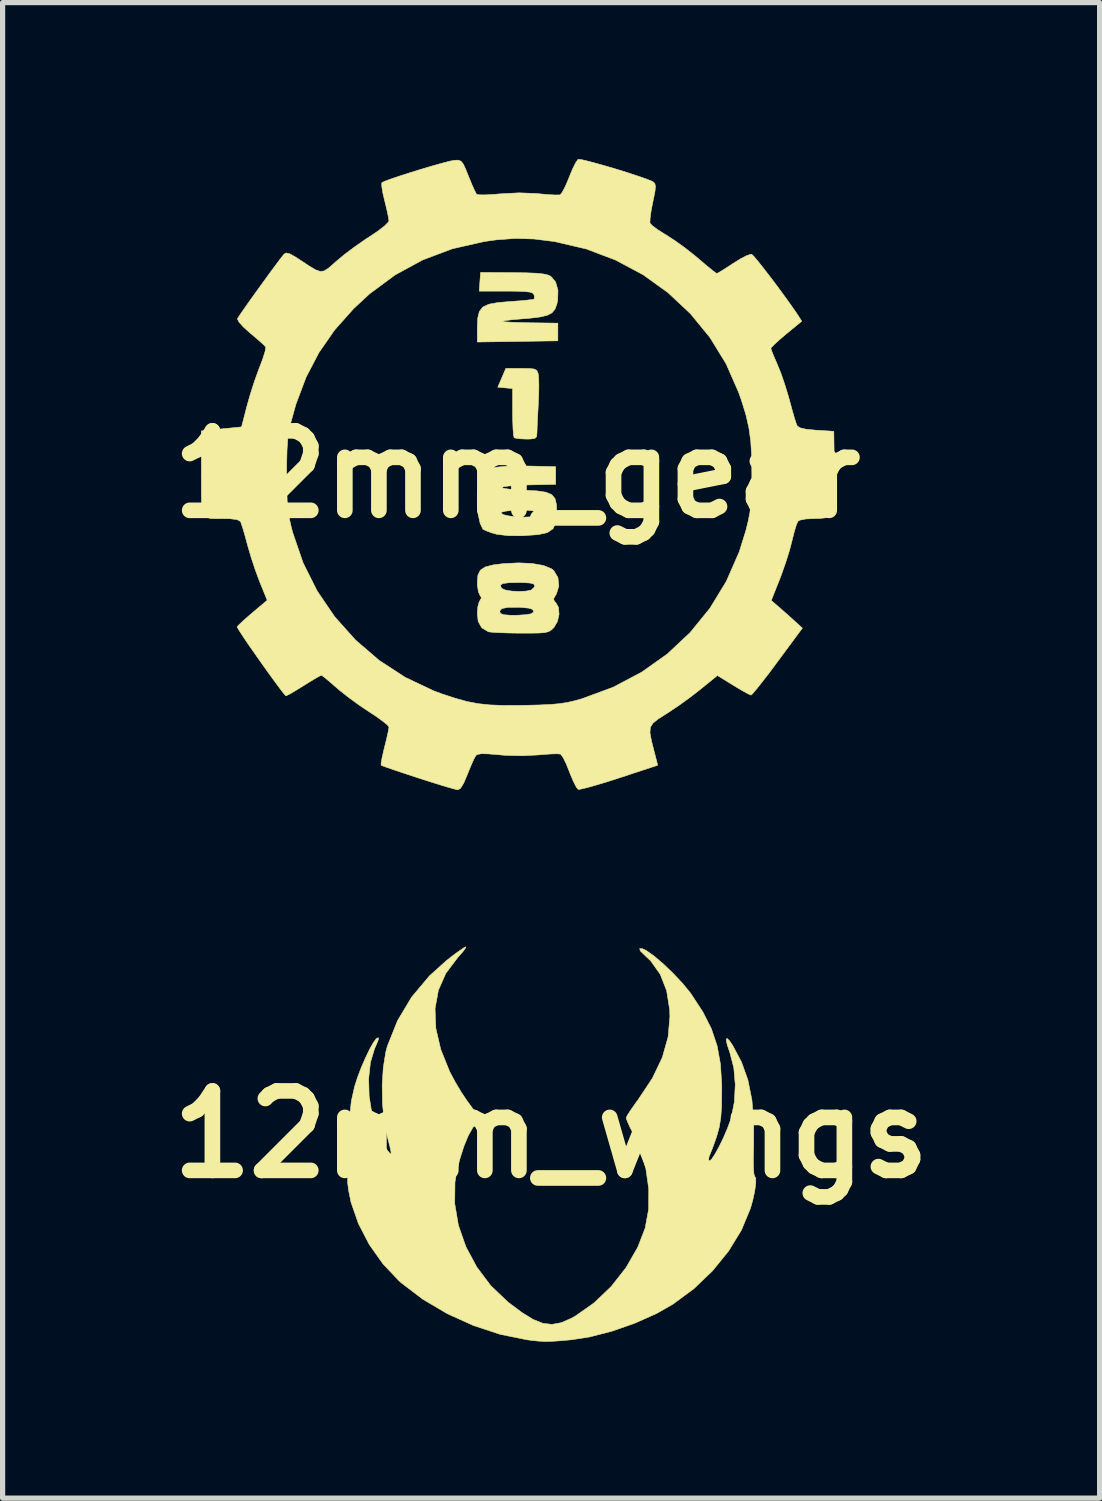
<source format=kicad_pcb>
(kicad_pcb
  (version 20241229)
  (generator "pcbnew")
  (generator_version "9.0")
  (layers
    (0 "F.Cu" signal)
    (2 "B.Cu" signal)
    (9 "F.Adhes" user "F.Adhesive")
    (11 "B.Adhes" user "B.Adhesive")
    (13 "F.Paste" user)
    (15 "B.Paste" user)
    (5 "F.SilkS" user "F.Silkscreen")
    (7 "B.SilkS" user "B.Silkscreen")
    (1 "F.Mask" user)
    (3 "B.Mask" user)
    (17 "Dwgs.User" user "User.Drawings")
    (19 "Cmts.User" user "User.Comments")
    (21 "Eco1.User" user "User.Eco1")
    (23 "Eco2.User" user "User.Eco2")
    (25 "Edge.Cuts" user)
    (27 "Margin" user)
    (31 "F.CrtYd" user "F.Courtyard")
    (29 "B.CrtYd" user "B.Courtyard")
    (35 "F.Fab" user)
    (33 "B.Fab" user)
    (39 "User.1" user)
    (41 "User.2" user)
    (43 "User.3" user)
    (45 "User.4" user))
  (footprint "12mm_gear"
    (layer "F.Cu")
    (at 6.865 6.047)
    (property "Reference" "12mm_gear" (at 0 0 0) (layer "F.SilkS") (effects (font (size 1.524 1.524) (thickness 0.3))))
    (attr through_hole)
    (fp_poly (pts (xy 0.238 -2.03) (xy 0.33 -2.02) (xy 0.377 -1.995) (xy 0.4 -1.947) (xy 0.407 -1.923) (xy 0.416 -1.836) (xy 0.419 -1.688) (xy 0.415 -1.502) (xy 0.409 -1.362) (xy 0.398 -1.162) (xy 0.389 -0.983) (xy 0.384 -0.848) (xy 0.382 -0.794) (xy 0.376 -0.724) (xy 0.343 -0.69) (xy 0.261 -0.678) (xy 0.176 -0.677) (xy 0.051 -0.683) (xy -0.036 -0.696) (xy -0.056 -0.706) (xy -0.068 -0.757) (xy -0.077 -0.875) (xy -0.083 -1.039) (xy -0.085 -1.19) (xy -0.085 -1.646) (xy -0.227 -1.659) (xy -0.369 -1.672) (xy -0.292 -1.852) (xy -0.215 -2.032) (xy 0.082 -2.032) (xy 0.238 -2.03)) (stroke (width 0.01) (type solid)) (fill yes) (layer "F.SilkS"))
    (fp_poly (pts (xy -0.076 -3.869) (xy 0.185 -3.865) (xy 0.376 -3.857) (xy 0.508 -3.843) (xy 0.597 -3.822) (xy 0.649 -3.797) (xy 0.74 -3.69) (xy 0.785 -3.531) (xy 0.78 -3.342) (xy 0.764 -3.265) (xy 0.728 -3.169) (xy 0.671 -3.099) (xy 0.579 -3.051) (xy 0.438 -3.018) (xy 0.234 -2.993) (xy 0.093 -2.982) (xy -0.075 -2.968) (xy -0.203 -2.953) (xy -0.273 -2.94) (xy -0.281 -2.934) (xy -0.234 -2.926) (xy -0.118 -2.918) (xy 0.048 -2.912) (xy 0.247 -2.907) (xy 0.261 -2.907) (xy 0.783 -2.9) (xy 0.783 -2.561) (xy -0.762 -2.538) (xy -0.762 -2.816) (xy -0.754 -2.995) (xy -0.723 -3.123) (xy -0.656 -3.209) (xy -0.541 -3.263) (xy -0.366 -3.295) (xy -0.13 -3.315) (xy 0.053 -3.328) (xy 0.203 -3.342) (xy 0.301 -3.355) (xy 0.328 -3.362) (xy 0.334 -3.414) (xy 0.324 -3.448) (xy 0.299 -3.477) (xy 0.242 -3.496) (xy 0.139 -3.507) (xy -0.024 -3.513) (xy -0.213 -3.514) (xy -0.725 -3.514) (xy -0.712 -3.694) (xy -0.699 -3.873) (xy -0.076 -3.869)) (stroke (width 0.01) (type solid)) (fill yes) (layer "F.SilkS"))
    (fp_poly (pts (xy 0.221 -0.16) (xy 0.741 -0.148) (xy 0.741 0.191) (xy 0.222 0.202) (xy 0.024 0.21) (xy -0.139 0.221) (xy -0.251 0.235) (xy -0.296 0.25) (xy -0.296 0.251) (xy -0.257 0.267) (xy -0.15 0.283) (xy 0.006 0.296) (xy 0.145 0.303) (xy 0.386 0.317) (xy 0.555 0.342) (xy 0.665 0.388) (xy 0.728 0.464) (xy 0.756 0.577) (xy 0.762 0.726) (xy 0.746 0.917) (xy 0.69 1.043) (xy 0.581 1.117) (xy 0.408 1.155) (xy 0.396 1.156) (xy 0.099 1.177) (xy -0.167 1.175) (xy -0.382 1.15) (xy -0.479 1.124) (xy -0.584 1.085) (xy -0.647 1.056) (xy -0.654 1.052) (xy -0.707 0.941) (xy -0.744 0.774) (xy -0.747 0.741) (xy -0.308 0.741) (xy -0.262 0.773) (xy -0.157 0.797) (xy -0.018 0.814) (xy 0.131 0.82) (xy 0.262 0.815) (xy 0.353 0.797) (xy 0.372 0.785) (xy 0.37 0.739) (xy 0.353 0.717) (xy 0.294 0.697) (xy 0.184 0.687) (xy 0.046 0.685) (xy -0.095 0.691) (xy -0.216 0.705) (xy -0.293 0.724) (xy -0.308 0.741) (xy -0.747 0.741) (xy -0.763 0.575) (xy -0.763 0.37) (xy -0.742 0.185) (xy -0.7 0.046) (xy -0.698 0.042) (xy -0.637 -0.04) (xy -0.541 -0.098) (xy -0.401 -0.137) (xy -0.204 -0.157) (xy 0.06 -0.162) (xy 0.221 -0.16)) (stroke (width 0.01) (type solid)) (fill yes) (layer "F.SilkS"))
    (fp_poly (pts (xy 0.291 1.709) (xy 0.506 1.747) (xy 0.659 1.809) (xy 0.704 1.844) (xy 0.784 1.978) (xy 0.802 2.139) (xy 0.756 2.292) (xy 0.742 2.314) (xy 0.701 2.387) (xy 0.717 2.434) (xy 0.742 2.456) (xy 0.795 2.55) (xy 0.806 2.682) (xy 0.775 2.822) (xy 0.706 2.938) (xy 0.7 2.944) (xy 0.654 2.987) (xy 0.603 3.016) (xy 0.532 3.034) (xy 0.425 3.042) (xy 0.265 3.045) (xy 0.055 3.045) (xy -0.155 3.042) (xy -0.338 3.036) (xy -0.475 3.028) (xy -0.547 3.019) (xy -0.55 3.018) (xy -0.678 2.941) (xy -0.745 2.819) (xy -0.762 2.669) (xy -0.758 2.622) (xy -0.333 2.622) (xy -0.319 2.665) (xy -0.258 2.691) (xy -0.123 2.702) (xy 0.014 2.701) (xy 0.179 2.69) (xy 0.274 2.672) (xy 0.314 2.643) (xy 0.318 2.625) (xy 0.297 2.589) (xy 0.228 2.566) (xy 0.093 2.552) (xy 0.025 2.549) (xy -0.174 2.55) (xy -0.293 2.574) (xy -0.333 2.622) (xy -0.758 2.622) (xy -0.752 2.54) (xy -0.726 2.444) (xy -0.711 2.421) (xy -0.682 2.364) (xy -0.711 2.32) (xy -0.741 2.25) (xy -0.76 2.13) (xy -0.76 2.121) (xy -0.317 2.121) (xy -0.307 2.165) (xy -0.291 2.187) (xy -0.224 2.218) (xy -0.104 2.238) (xy 0.04 2.245) (xy 0.178 2.238) (xy 0.272 2.218) (xy 0.33 2.165) (xy 0.339 2.133) (xy 0.318 2.101) (xy 0.245 2.083) (xy 0.107 2.075) (xy 0.028 2.074) (xy -0.159 2.078) (xy -0.27 2.093) (xy -0.317 2.121) (xy -0.76 2.121) (xy -0.762 2.067) (xy -0.75 1.932) (xy -0.704 1.838) (xy -0.611 1.776) (xy -0.459 1.736) (xy -0.267 1.712) (xy 0.029 1.697) (xy 0.291 1.709)) (stroke (width 0.01) (type solid)) (fill yes) (layer "F.SilkS"))
    (fp_poly (pts (xy 1.231 -6.037) (xy 1.351 -6.009) (xy 1.518 -5.965) (xy 1.716 -5.909) (xy 1.928 -5.846) (xy 2.137 -5.781) (xy 2.327 -5.718) (xy 2.482 -5.664) (xy 2.585 -5.623) (xy 2.613 -5.607) (xy 2.643 -5.576) (xy 2.654 -5.525) (xy 2.647 -5.437) (xy 2.619 -5.292) (xy 2.603 -5.217) (xy 2.571 -5.051) (xy 2.552 -4.913) (xy 2.549 -4.828) (xy 2.551 -4.816) (xy 2.596 -4.768) (xy 2.696 -4.694) (xy 2.831 -4.608) (xy 2.86 -4.591) (xy 3.024 -4.485) (xy 3.217 -4.346) (xy 3.407 -4.197) (xy 3.477 -4.138) (xy 3.617 -4.019) (xy 3.732 -3.925) (xy 3.808 -3.866) (xy 3.831 -3.852) (xy 3.874 -3.874) (xy 3.969 -3.932) (xy 4.099 -4.016) (xy 4.148 -4.048) (xy 4.289 -4.136) (xy 4.409 -4.197) (xy 4.487 -4.223) (xy 4.499 -4.222) (xy 4.54 -4.183) (xy 4.62 -4.088) (xy 4.728 -3.952) (xy 4.856 -3.786) (xy 4.992 -3.606) (xy 5.126 -3.423) (xy 5.249 -3.252) (xy 5.351 -3.106) (xy 5.391 -3.046) (xy 5.46 -2.937) (xy 5.164 -2.694) (xy 5.034 -2.583) (xy 4.932 -2.49) (xy 4.876 -2.43) (xy 4.868 -2.416) (xy 4.885 -2.363) (xy 4.928 -2.256) (xy 4.988 -2.118) (xy 4.991 -2.111) (xy 5.058 -1.946) (xy 5.131 -1.734) (xy 5.2 -1.51) (xy 5.226 -1.417) (xy 5.276 -1.234) (xy 5.321 -1.077) (xy 5.357 -0.967) (xy 5.372 -0.931) (xy 5.425 -0.893) (xy 5.542 -0.866) (xy 5.733 -0.847) (xy 5.741 -0.847) (xy 6.075 -0.826) (xy 6.086 -0.048) (xy 6.089 0.272) (xy 6.085 0.513) (xy 6.075 0.677) (xy 6.059 0.769) (xy 6.049 0.788) (xy 5.97 0.827) (xy 5.809 0.845) (xy 5.715 0.847) (xy 5.538 0.855) (xy 5.423 0.878) (xy 5.387 0.9) (xy 5.358 0.965) (xy 5.32 1.088) (xy 5.28 1.245) (xy 5.274 1.27) (xy 5.226 1.454) (xy 5.156 1.679) (xy 5.076 1.907) (xy 5.04 2.003) (xy 4.875 2.418) (xy 5.007 2.532) (xy 5.121 2.631) (xy 5.253 2.749) (xy 5.306 2.797) (xy 5.472 2.948) (xy 4.997 3.59) (xy 4.847 3.792) (xy 4.712 3.967) (xy 4.602 4.106) (xy 4.524 4.199) (xy 4.488 4.233) (xy 4.488 4.233) (xy 4.438 4.212) (xy 4.336 4.157) (xy 4.2 4.077) (xy 4.148 4.045) (xy 3.843 3.857) (xy 3.519 4.12) (xy 3.329 4.268) (xy 3.114 4.424) (xy 2.912 4.56) (xy 2.868 4.588) (xy 2.709 4.689) (xy 2.608 4.769) (xy 2.557 4.85) (xy 2.549 4.953) (xy 2.575 5.098) (xy 2.62 5.276) (xy 2.698 5.578) (xy 1.962 5.82) (xy 1.724 5.896) (xy 1.513 5.96) (xy 1.341 6.008) (xy 1.223 6.036) (xy 1.174 6.042) (xy 1.135 5.995) (xy 1.081 5.888) (xy 1.019 5.743) (xy 1.004 5.703) (xy 0.943 5.551) (xy 0.885 5.433) (xy 0.84 5.369) (xy 0.832 5.364) (xy 0.768 5.358) (xy 0.642 5.362) (xy 0.478 5.374) (xy 0.409 5.38) (xy 0.1 5.396) (xy -0.229 5.388) (xy -0.35 5.377) (xy -0.551 5.36) (xy -0.682 5.357) (xy -0.758 5.37) (xy -0.786 5.388) (xy -0.823 5.451) (xy -0.877 5.57) (xy -0.939 5.72) (xy -0.949 5.747) (xy -1.022 5.92) (xy -1.082 6.018) (xy -1.134 6.05) (xy -1.136 6.049) (xy -1.198 6.035) (xy -1.326 5.999) (xy -1.504 5.945) (xy -1.719 5.878) (xy -1.898 5.82) (xy -2.126 5.745) (xy -2.324 5.679) (xy -2.479 5.626) (xy -2.578 5.59) (xy -2.607 5.577) (xy -2.606 5.531) (xy -2.586 5.424) (xy -2.552 5.276) (xy -2.54 5.228) (xy -2.5 5.067) (xy -2.471 4.935) (xy -2.456 4.855) (xy -2.455 4.846) (xy -2.489 4.803) (xy -2.58 4.729) (xy -2.714 4.633) (xy -2.83 4.557) (xy -3.026 4.426) (xy -3.23 4.277) (xy -3.408 4.137) (xy -3.467 4.086) (xy -3.59 3.979) (xy -3.688 3.897) (xy -3.746 3.855) (xy -3.753 3.852) (xy -3.798 3.874) (xy -3.896 3.93) (xy -4.03 4.012) (xy -4.095 4.053) (xy -4.239 4.142) (xy -4.353 4.209) (xy -4.422 4.244) (xy -4.433 4.247) (xy -4.468 4.209) (xy -4.54 4.116) (xy -4.641 3.98) (xy -4.761 3.815) (xy -4.891 3.633) (xy -5.022 3.447) (xy -5.144 3.272) (xy -5.248 3.119) (xy -5.324 3.002) (xy -5.364 2.934) (xy -5.368 2.923) (xy -5.332 2.883) (xy -5.246 2.803) (xy -5.127 2.698) (xy -5.073 2.652) (xy -4.791 2.414) (xy -4.933 2.064) (xy -5.014 1.848) (xy -5.097 1.598) (xy -5.166 1.364) (xy -5.174 1.333) (xy -5.221 1.16) (xy -5.264 1.015) (xy -5.296 0.921) (xy -5.306 0.9) (xy -5.371 0.867) (xy -5.511 0.85) (xy -5.629 0.847) (xy -5.772 0.848) (xy -5.879 0.844) (xy -5.955 0.824) (xy -6.005 0.778) (xy -6.035 0.694) (xy -6.049 0.563) (xy -6.054 0.373) (xy -6.054 0.113) (xy -6.054 0.021) (xy -4.419 0.021) (xy -4.415 0.295) (xy -4.408 0.507) (xy -4.393 0.679) (xy -4.369 0.833) (xy -4.334 0.993) (xy -4.3 1.122) (xy -4.102 1.698) (xy -3.832 2.237) (xy -3.495 2.732) (xy -3.097 3.177) (xy -2.645 3.566) (xy -2.143 3.893) (xy -1.598 4.151) (xy -1.439 4.21) (xy -1.183 4.294) (xy -0.959 4.356) (xy -0.745 4.397) (xy -0.519 4.421) (xy -0.258 4.431) (xy 0.059 4.43) (xy 0.148 4.429) (xy 0.428 4.422) (xy 0.643 4.412) (xy 0.813 4.397) (xy 0.958 4.375) (xy 1.099 4.343) (xy 1.249 4.301) (xy 1.842 4.082) (xy 2.388 3.794) (xy 2.882 3.444) (xy 3.32 3.033) (xy 3.699 2.567) (xy 4.014 2.05) (xy 4.261 1.486) (xy 4.388 1.079) (xy 4.433 0.897) (xy 4.465 0.736) (xy 4.485 0.571) (xy 4.497 0.381) (xy 4.502 0.141) (xy 4.503 0) (xy 4.5 -0.345) (xy 4.482 -0.632) (xy 4.447 -0.888) (xy 4.39 -1.14) (xy 4.306 -1.413) (xy 4.249 -1.574) (xy 4.009 -2.121) (xy 3.699 -2.625) (xy 3.326 -3.081) (xy 2.896 -3.484) (xy 2.416 -3.829) (xy 1.89 -4.11) (xy 1.326 -4.323) (xy 0.73 -4.462) (xy 0.716 -4.465) (xy 0.327 -4.514) (xy -0.03 -4.525) (xy -0.394 -4.498) (xy -0.631 -4.465) (xy -1.241 -4.326) (xy -1.808 -4.113) (xy -2.336 -3.826) (xy -2.826 -3.464) (xy -3.133 -3.179) (xy -3.497 -2.77) (xy -3.798 -2.337) (xy -4.044 -1.866) (xy -4.241 -1.343) (xy -4.367 -0.889) (xy -4.393 -0.724) (xy -4.41 -0.486) (xy -4.418 -0.183) (xy -4.419 0.021) (xy -6.054 0.021) (xy -6.054 -0.019) (xy -6.054 -0.833) (xy -5.668 -0.872) (xy -5.283 -0.91) (xy -5.179 -1.312) (xy -5.114 -1.541) (xy -5.034 -1.789) (xy -4.954 -2.011) (xy -4.935 -2.059) (xy -4.875 -2.218) (xy -4.834 -2.349) (xy -4.818 -2.43) (xy -4.821 -2.445) (xy -4.864 -2.49) (xy -4.955 -2.572) (xy -5.077 -2.676) (xy -5.115 -2.707) (xy -5.246 -2.825) (xy -5.332 -2.92) (xy -5.362 -2.981) (xy -5.361 -2.986) (xy -5.33 -3.035) (xy -5.26 -3.138) (xy -5.159 -3.282) (xy -5.038 -3.452) (xy -4.907 -3.633) (xy -4.777 -3.813) (xy -4.656 -3.977) (xy -4.556 -4.111) (xy -4.486 -4.201) (xy -4.466 -4.225) (xy -4.426 -4.246) (xy -4.361 -4.231) (xy -4.257 -4.174) (xy -4.166 -4.115) (xy -3.989 -3.998) (xy -3.865 -3.924) (xy -3.775 -3.892) (xy -3.7 -3.901) (xy -3.62 -3.951) (xy -3.517 -4.04) (xy -3.467 -4.085) (xy -3.31 -4.216) (xy -3.113 -4.364) (xy -2.91 -4.505) (xy -2.83 -4.557) (xy -2.66 -4.671) (xy -2.535 -4.769) (xy -2.466 -4.84) (xy -2.456 -4.863) (xy -2.467 -4.936) (xy -2.494 -5.064) (xy -2.532 -5.223) (xy -2.539 -5.249) (xy -2.575 -5.403) (xy -2.594 -5.523) (xy -2.594 -5.589) (xy -2.591 -5.594) (xy -2.535 -5.622) (xy -2.415 -5.666) (xy -2.247 -5.723) (xy -2.048 -5.787) (xy -1.837 -5.852) (xy -1.63 -5.914) (xy -1.444 -5.966) (xy -1.296 -6.005) (xy -1.203 -6.023) (xy -1.194 -6.024) (xy -1.123 -6.025) (xy -1.073 -6.005) (xy -1.03 -5.95) (xy -0.981 -5.843) (xy -0.931 -5.719) (xy -0.869 -5.567) (xy -0.815 -5.446) (xy -0.779 -5.377) (xy -0.774 -5.371) (xy -0.72 -5.361) (xy -0.601 -5.36) (xy -0.44 -5.369) (xy -0.334 -5.379) (xy 0.04 -5.399) (xy 0.392 -5.385) (xy 0.424 -5.381) (xy 0.592 -5.365) (xy 0.731 -5.358) (xy 0.816 -5.359) (xy 0.828 -5.362) (xy 0.866 -5.409) (xy 0.922 -5.515) (xy 0.985 -5.66) (xy 1.001 -5.702) (xy 1.064 -5.854) (xy 1.122 -5.972) (xy 1.167 -6.037) (xy 1.175 -6.042) (xy 1.231 -6.037)) (stroke (width 0.01) (type solid)) (fill yes) (layer "F.SilkS")))
  (footprint "12mm_wings"
    (layer "F.Cu")
    (at 7.518 18.705)
    (property "Reference" "12mm_wings" (at 0 0 0) (layer "F.SilkS") (effects (font (size 1.524 1.524) (thickness 0.3))))
    (attr through_hole)
    (fp_poly (pts (xy -1.643 -3.571) (xy -1.697 -3.498) (xy -1.788 -3.395) (xy -1.796 -3.385) (xy -2.018 -3.091) (xy -2.161 -2.766) (xy -2.225 -2.414) (xy -2.21 -2.035) (xy -2.116 -1.63) (xy -1.945 -1.206) (xy -1.841 -1.01) (xy -1.719 -0.805) (xy -1.603 -0.633) (xy -1.589 -0.615) (xy -1.496 -0.487) (xy -1.428 -0.382) (xy -1.398 -0.32) (xy -1.397 -0.316) (xy -1.42 -0.256) (xy -1.479 -0.161) (xy -1.504 -0.125) (xy -1.586 0.019) (xy -1.67 0.222) (xy -1.746 0.458) (xy -1.807 0.7) (xy -1.843 0.915) (xy -1.848 1.326) (xy -1.777 1.743) (xy -1.634 2.153) (xy -1.426 2.541) (xy -1.159 2.897) (xy -0.837 3.205) (xy -0.817 3.222) (xy -0.559 3.415) (xy -0.343 3.548) (xy -0.155 3.623) (xy 0.019 3.642) (xy 0.194 3.61) (xy 0.383 3.528) (xy 0.466 3.482) (xy 0.826 3.229) (xy 1.155 2.914) (xy 1.437 2.554) (xy 1.661 2.165) (xy 1.803 1.799) (xy 1.87 1.439) (xy 1.873 1.047) (xy 1.816 0.646) (xy 1.7 0.258) (xy 1.584 0.001) (xy 1.513 -0.138) (xy 1.462 -0.251) (xy 1.44 -0.314) (xy 1.439 -0.316) (xy 1.463 -0.368) (xy 1.528 -0.468) (xy 1.62 -0.6) (xy 1.668 -0.665) (xy 1.941 -1.075) (xy 2.132 -1.474) (xy 2.244 -1.869) (xy 2.279 -2.265) (xy 2.274 -2.392) (xy 2.216 -2.756) (xy 2.094 -3.069) (xy 1.911 -3.328) (xy 1.789 -3.443) (xy 1.71 -3.521) (xy 1.699 -3.564) (xy 1.752 -3.562) (xy 1.825 -3.527) (xy 1.975 -3.421) (xy 2.156 -3.267) (xy 2.345 -3.085) (xy 2.523 -2.895) (xy 2.67 -2.716) (xy 2.688 -2.69) (xy 2.911 -2.349) (xy 3.074 -2.027) (xy 3.184 -1.7) (xy 3.248 -1.347) (xy 3.273 -0.944) (xy 3.273 -0.804) (xy 3.269 -0.539) (xy 3.255 -0.328) (xy 3.226 -0.144) (xy 3.175 0.041) (xy 3.098 0.256) (xy 3.027 0.434) (xy 3.02 0.494) (xy 3.038 0.508) (xy 3.081 0.472) (xy 3.145 0.374) (xy 3.222 0.234) (xy 3.303 0.068) (xy 3.377 -0.104) (xy 3.438 -0.266) (xy 3.454 -0.318) (xy 3.515 -0.625) (xy 3.532 -0.955) (xy 3.504 -1.277) (xy 3.432 -1.557) (xy 3.377 -1.721) (xy 3.358 -1.817) (xy 3.373 -1.844) (xy 3.421 -1.797) (xy 3.482 -1.708) (xy 3.652 -1.388) (xy 3.774 -1.045) (xy 3.851 -0.664) (xy 3.886 -0.233) (xy 3.885 0.198) (xy 3.879 0.449) (xy 3.881 0.639) (xy 3.89 0.76) (xy 3.905 0.804) (xy 3.906 0.804) (xy 3.926 0.842) (xy 3.925 0.942) (xy 3.905 1.086) (xy 3.869 1.254) (xy 3.823 1.418) (xy 3.651 1.833) (xy 3.404 2.236) (xy 3.096 2.616) (xy 2.736 2.96) (xy 2.336 3.255) (xy 2.023 3.434) (xy 1.601 3.622) (xy 1.162 3.775) (xy 0.735 3.884) (xy 0.394 3.937) (xy 0.172 3.957) (xy 0.007 3.968) (xy -0.127 3.97) (xy -0.256 3.962) (xy -0.407 3.945) (xy -0.466 3.937) (xy -0.974 3.834) (xy -1.49 3.664) (xy -1.993 3.436) (xy -2.461 3.16) (xy -2.873 2.846) (xy -2.917 2.807) (xy -3.225 2.481) (xy -3.488 2.109) (xy -3.695 1.709) (xy -3.837 1.3) (xy -3.884 1.067) (xy -3.903 0.913) (xy -3.901 0.823) (xy -3.878 0.777) (xy -3.867 0.769) (xy -3.84 0.738) (xy -3.83 0.673) (xy -3.836 0.558) (xy -3.856 0.379) (xy -3.882 -0.131) (xy -3.831 -0.639) (xy -3.766 -0.926) (xy -3.712 -1.094) (xy -3.641 -1.281) (xy -3.56 -1.468) (xy -3.479 -1.636) (xy -3.406 -1.765) (xy -3.352 -1.836) (xy -3.345 -1.841) (xy -3.313 -1.856) (xy -3.308 -1.835) (xy -3.333 -1.764) (xy -3.385 -1.645) (xy -3.464 -1.383) (xy -3.498 -1.072) (xy -3.489 -0.736) (xy -3.436 -0.397) (xy -3.341 -0.078) (xy -3.337 -0.067) (xy -3.278 0.066) (xy -3.209 0.195) (xy -3.142 0.301) (xy -3.09 0.364) (xy -3.067 0.372) (xy -3.071 0.327) (xy -3.094 0.222) (xy -3.131 0.077) (xy -3.141 0.041) (xy -3.2 -0.253) (xy -3.233 -0.59) (xy -3.239 -0.941) (xy -3.218 -1.281) (xy -3.17 -1.58) (xy -3.14 -1.693) (xy -2.944 -2.183) (xy -2.675 -2.633) (xy -2.334 -3.039) (xy -2.013 -3.329) (xy -1.868 -3.442) (xy -1.746 -3.531) (xy -1.663 -3.586) (xy -1.636 -3.598) (xy -1.643 -3.571)) (stroke (width 0.01) (type solid)) (fill yes) (layer "F.SilkS")))
  (gr_rect
    (start -3 -3)
    (end 18.037 25.68)
    (stroke (width 0.1) (type default))
    (fill no)
    (layer "Edge.Cuts")))
</source>
